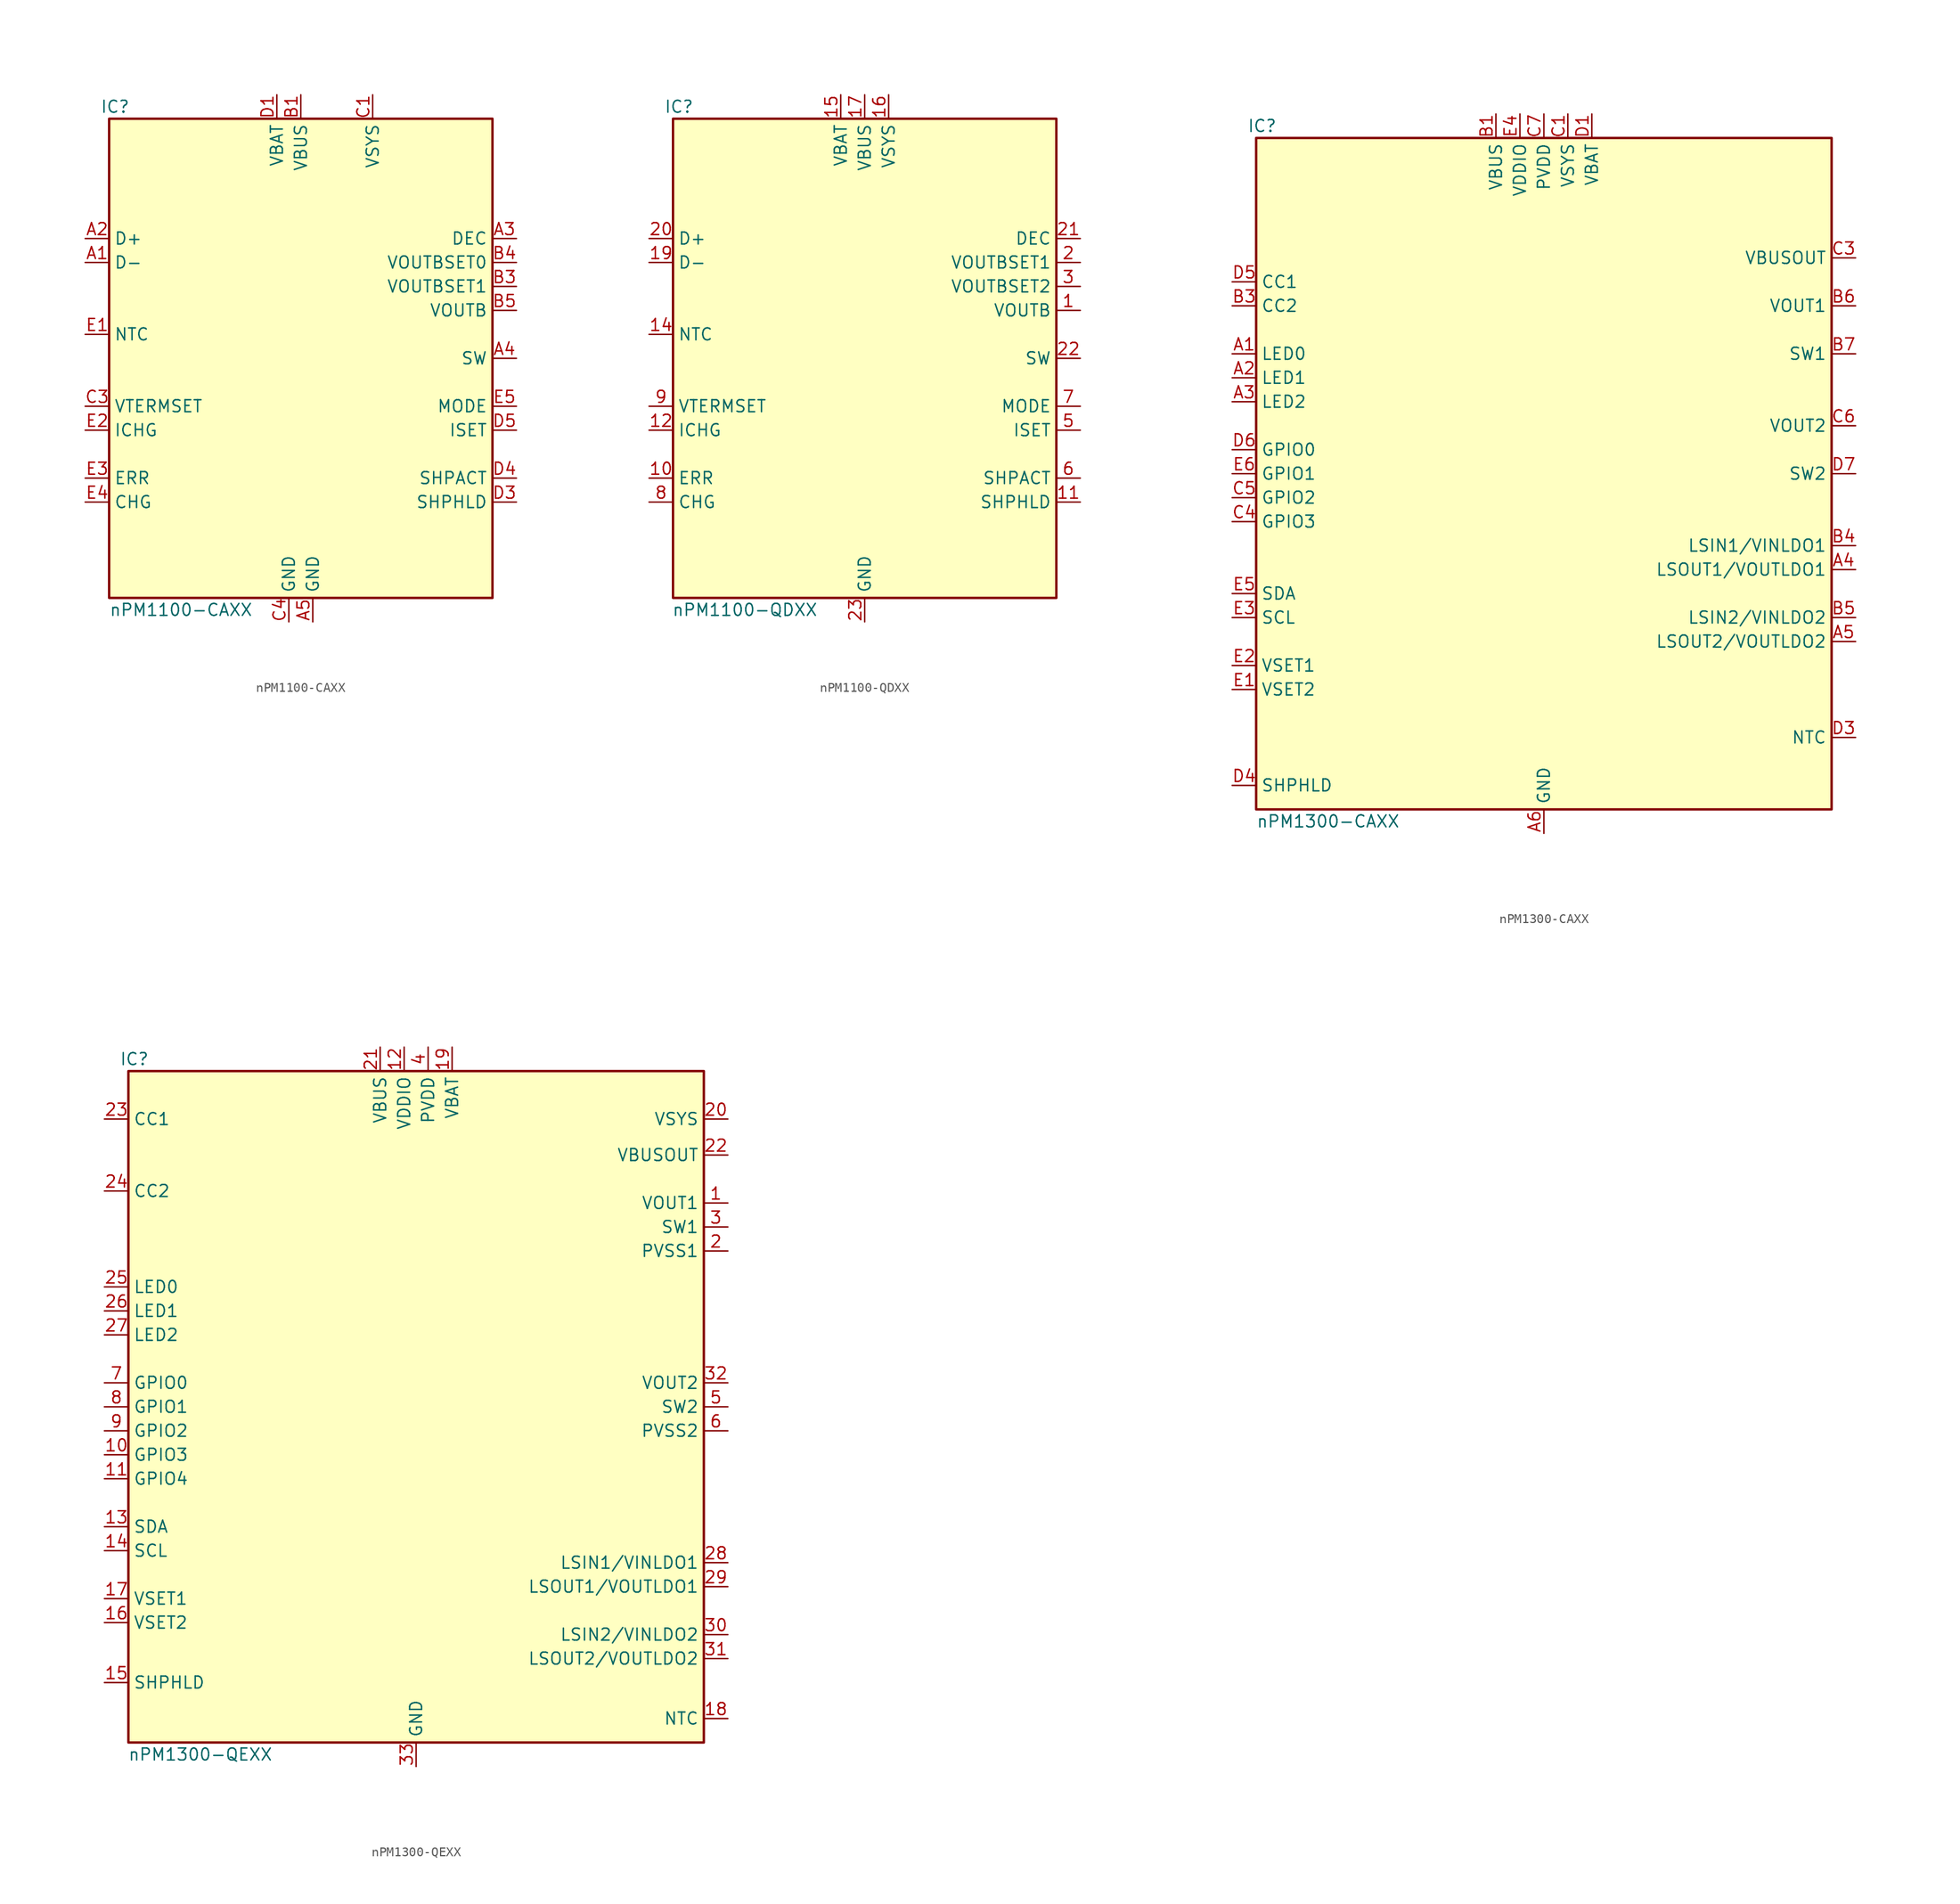
<source format=kicad_sym>
(kicad_symbol_lib
  (version 20231120)
  (generator "kicad_symbol_editor")
  (generator_version "8.0")
  (symbol "nPM1100-CAXX"
    (property "Reference" "IC"
      (at -19.685 26.67 0)
      (do_not_autoplace)
      (effects (font (size 1.27 1.27))))
    (property "Value" "nPM1100-CAXX"
      (at -12.7 -26.67 0)
      (do_not_autoplace)
      (effects (font (size 1.27 1.27))))
    (symbol "nPM1100-CAXX_0_0"
      (pin unspecified line (at -22.86 10.16 0) (length 2.54) (name "D-" (effects (font (size 1.27 1.27)))) (number "A1" (effects (font (size 1.27 1.27)))))
      (pin unspecified line (at -22.86 12.7 0) (length 2.54) (name "D+" (effects (font (size 1.27 1.27)))) (number "A2" (effects (font (size 1.27 1.27)))))
      (pin unspecified line (at 22.86 12.7 180) (length 2.54) (name "DEC" (effects (font (size 1.27 1.27)))) (number "A3" (effects (font (size 1.27 1.27)))))
      (pin unspecified line (at 22.86 0 180) (length 2.54) (name "SW" (effects (font (size 1.27 1.27)))) (number "A4" (effects (font (size 1.27 1.27)))))
      (pin unspecified line (at 0 27.94 270) (length 2.54) (name "VBUS" (effects (font (size 1.27 1.27)))) (number "B1" (effects (font (size 1.27 1.27)))))
      (pin unspecified line (at 22.86 7.62 180) (length 2.54) (name "VOUTBSET1" (effects (font (size 1.27 1.27)))) (number "B3" (effects (font (size 1.27 1.27)))))
      (pin unspecified line (at 22.86 10.16 180) (length 2.54) (name "VOUTBSET0" (effects (font (size 1.27 1.27)))) (number "B4" (effects (font (size 1.27 1.27)))))
      (pin unspecified line (at 22.86 5.08 180) (length 2.54) (name "VOUTB" (effects (font (size 1.27 1.27)))) (number "B5" (effects (font (size 1.27 1.27)))))
      (pin unspecified line (at 7.62 27.94 270) (length 2.54) (name "VSYS" (effects (font (size 1.27 1.27)))) (number "C1" (effects (font (size 1.27 1.27)))))
      (pin unspecified line (at -22.86 -5.08 0) (length 2.54) (name "VTERMSET" (effects (font (size 1.27 1.27)))) (number "C3" (effects (font (size 1.27 1.27)))))
      (pin unspecified line (at -2.54 27.94 270) (length 2.54) (name "VBAT" (effects (font (size 1.27 1.27)))) (number "D1" (effects (font (size 1.27 1.27)))))
      (pin unspecified line (at 22.86 -15.24 180) (length 2.54) (name "SHPHLD" (effects (font (size 1.27 1.27)))) (number "D3" (effects (font (size 1.27 1.27)))))
      (pin unspecified line (at 22.86 -12.7 180) (length 2.54) (name "SHPACT" (effects (font (size 1.27 1.27)))) (number "D4" (effects (font (size 1.27 1.27)))))
      (pin unspecified line (at 22.86 -7.62 180) (length 2.54) (name "ISET" (effects (font (size 1.27 1.27)))) (number "D5" (effects (font (size 1.27 1.27)))))
      (pin unspecified line (at -22.86 2.54 0) (length 2.54) (name "NTC" (effects (font (size 1.27 1.27)))) (number "E1" (effects (font (size 1.27 1.27)))))
      (pin unspecified line (at -22.86 -7.62 0) (length 2.54) (name "ICHG" (effects (font (size 1.27 1.27)))) (number "E2" (effects (font (size 1.27 1.27)))))
      (pin unspecified line (at -22.86 -12.7 0) (length 2.54) (name "ERR" (effects (font (size 1.27 1.27)))) (number "E3" (effects (font (size 1.27 1.27)))))
      (pin unspecified line (at -22.86 -15.24 0) (length 2.54) (name "CHG" (effects (font (size 1.27 1.27)))) (number "E4" (effects (font (size 1.27 1.27)))))
      (pin unspecified line (at 22.86 -5.08 180) (length 2.54) (name "MODE" (effects (font (size 1.27 1.27)))) (number "E5" (effects (font (size 1.27 1.27))))))
    (symbol "nPM1100-CAXX_1_0"
      (pin unspecified line (at 1.27 -27.94 90) (length 2.54) (name "GND" (effects (font (size 1.27 1.27)))) (number "A5" (effects (font (size 1.27 1.27)))))
      (pin unspecified line (at 0 27.94 270) (length 2.54) hide (name "VBUS" (effects (font (size 1.27 1.27)))) (number "B2" (effects (font (size 1.27 1.27)))))
      (pin unspecified line (at 2.54 27.94 270) (length 2.54) hide (name "VSYS" (effects (font (size 1.27 1.27)))) (number "C2" (effects (font (size 1.27 1.27)))))
      (pin unspecified line (at -1.27 -27.94 90) (length 2.54) (name "GND" (effects (font (size 1.27 1.27)))) (number "C4" (effects (font (size 1.27 1.27)))))
      (pin unspecified line (at -1.27 -27.94 90) (length 2.54) hide (name "GND" (effects (font (size 1.27 1.27)))) (number "C5" (effects (font (size 1.27 1.27)))))
      (pin unspecified line (at -7.62 27.94 270) (length 2.54) hide (name "VBAT" (effects (font (size 1.27 1.27)))) (number "D2" (effects (font (size 1.27 1.27))))))
    (symbol "nPM1100-CAXX_1_1"
      (rectangle (start -20.32 25.4) (end 20.32 -25.4) (stroke (width 0.254) (type default)) (fill (type background)))))
  (symbol "nPM1100-QDXX"
    (property "Reference" "IC"
      (at -19.685 26.67 0)
      (do_not_autoplace)
      (effects (font (size 1.27 1.27))))
    (property "Value" "nPM1100-QDXX"
      (at -12.7 -26.67 0)
      (do_not_autoplace)
      (effects (font (size 1.27 1.27))))
    (symbol "nPM1100-QDXX_0_0"
      (pin unspecified line (at 22.86 5.08 180) (length 2.54) (name "VOUTB" (effects (font (size 1.27 1.27)))) (number "1" (effects (font (size 1.27 1.27)))))
      (pin unspecified line (at -22.86 -12.7 0) (length 2.54) (name "ERR" (effects (font (size 1.27 1.27)))) (number "10" (effects (font (size 1.27 1.27)))))
      (pin unspecified line (at 22.86 -15.24 180) (length 2.54) (name "SHPHLD" (effects (font (size 1.27 1.27)))) (number "11" (effects (font (size 1.27 1.27)))))
      (pin unspecified line (at -22.86 -7.62 0) (length 2.54) (name "ICHG" (effects (font (size 1.27 1.27)))) (number "12" (effects (font (size 1.27 1.27)))))
      (pin unspecified line (at -22.86 2.54 0) (length 2.54) (name "NTC" (effects (font (size 1.27 1.27)))) (number "14" (effects (font (size 1.27 1.27)))))
      (pin unspecified line (at -2.54 27.94 270) (length 2.54) (name "VBAT" (effects (font (size 1.27 1.27)))) (number "15" (effects (font (size 1.27 1.27)))))
      (pin unspecified line (at 2.54 27.94 270) (length 2.54) (name "VSYS" (effects (font (size 1.27 1.27)))) (number "16" (effects (font (size 1.27 1.27)))))
      (pin unspecified line (at 0 27.94 270) (length 2.54) (name "VBUS" (effects (font (size 1.27 1.27)))) (number "17" (effects (font (size 1.27 1.27)))))
      (pin unspecified line (at -22.86 10.16 0) (length 2.54) (name "D-" (effects (font (size 1.27 1.27)))) (number "19" (effects (font (size 1.27 1.27)))))
      (pin unspecified line (at 22.86 10.16 180) (length 2.54) (name "VOUTBSET1" (effects (font (size 1.27 1.27)))) (number "2" (effects (font (size 1.27 1.27)))))
      (pin unspecified line (at -22.86 12.7 0) (length 2.54) (name "D+" (effects (font (size 1.27 1.27)))) (number "20" (effects (font (size 1.27 1.27)))))
      (pin unspecified line (at 22.86 12.7 180) (length 2.54) (name "DEC" (effects (font (size 1.27 1.27)))) (number "21" (effects (font (size 1.27 1.27)))))
      (pin unspecified line (at 22.86 0 180) (length 2.54) (name "SW" (effects (font (size 1.27 1.27)))) (number "22" (effects (font (size 1.27 1.27)))))
      (pin unspecified line (at 22.86 7.62 180) (length 2.54) (name "VOUTBSET2" (effects (font (size 1.27 1.27)))) (number "3" (effects (font (size 1.27 1.27)))))
      (pin unspecified line (at 22.86 -7.62 180) (length 2.54) (name "ISET" (effects (font (size 1.27 1.27)))) (number "5" (effects (font (size 1.27 1.27)))))
      (pin unspecified line (at 22.86 -12.7 180) (length 2.54) (name "SHPACT" (effects (font (size 1.27 1.27)))) (number "6" (effects (font (size 1.27 1.27)))))
      (pin unspecified line (at 22.86 -5.08 180) (length 2.54) (name "MODE" (effects (font (size 1.27 1.27)))) (number "7" (effects (font (size 1.27 1.27)))))
      (pin unspecified line (at -22.86 -15.24 0) (length 2.54) (name "CHG" (effects (font (size 1.27 1.27)))) (number "8" (effects (font (size 1.27 1.27)))))
      (pin unspecified line (at -22.86 -5.08 0) (length 2.54) (name "VTERMSET" (effects (font (size 1.27 1.27)))) (number "9" (effects (font (size 1.27 1.27))))))
    (symbol "nPM1100-QDXX_1_0"
      (pin unspecified line (at 0 -27.94 90) (length 2.54) (name "GND" (effects (font (size 1.27 1.27)))) (number "23" (effects (font (size 1.27 1.27)))))
      (pin unspecified line (at 0 -27.94 90) (length 2.54) hide (name "EP" (effects (font (size 1.27 1.27)))) (number "25" (effects (font (size 1.27 1.27))))))
    (symbol "nPM1100-QDXX_1_1"
      (rectangle (start -20.32 25.4) (end 20.32 -25.4) (stroke (width 0.254) (type default)) (fill (type background)))))
  (symbol "nPM1300-CAXX"
    (property "Reference" "IC"
      (at -29.845 36.83 0)
      (do_not_autoplace)
      (effects (font (size 1.27 1.27))))
    (property "Value" "nPM1300-CAXX"
      (at -22.86 -36.83 0)
      (do_not_autoplace)
      (effects (font (size 1.27 1.27))))
    (symbol "nPM1300-CAXX_0_0"
      (pin unspecified line (at -33.02 12.7 0) (length 2.54) (name "LED0" (effects (font (size 1.27 1.27)))) (number "A1" (effects (font (size 1.27 1.27)))))
      (pin unspecified line (at -33.02 10.16 0) (length 2.54) (name "LED1" (effects (font (size 1.27 1.27)))) (number "A2" (effects (font (size 1.27 1.27)))))
      (pin unspecified line (at -33.02 7.62 0) (length 2.54) (name "LED2" (effects (font (size 1.27 1.27)))) (number "A3" (effects (font (size 1.27 1.27)))))
      (pin unspecified line (at 33.02 -10.16 180) (length 2.54) (name "LSOUT1/VOUTLDO1" (effects (font (size 1.27 1.27)))) (number "A4" (effects (font (size 1.27 1.27)))))
      (pin unspecified line (at 33.02 -17.78 180) (length 2.54) (name "LSOUT2/VOUTLDO2" (effects (font (size 1.27 1.27)))) (number "A5" (effects (font (size 1.27 1.27)))))
      (pin unspecified line (at -5.08 38.1 270) (length 2.54) (name "VBUS" (effects (font (size 1.27 1.27)))) (number "B1" (effects (font (size 1.27 1.27)))))
      (pin unspecified line (at -33.02 17.78 0) (length 2.54) (name "CC2" (effects (font (size 1.27 1.27)))) (number "B3" (effects (font (size 1.27 1.27)))))
      (pin unspecified line (at 33.02 -7.62 180) (length 2.54) (name "LSIN1/VINLDO1" (effects (font (size 1.27 1.27)))) (number "B4" (effects (font (size 1.27 1.27)))))
      (pin unspecified line (at 33.02 -15.24 180) (length 2.54) (name "LSIN2/VINLDO2" (effects (font (size 1.27 1.27)))) (number "B5" (effects (font (size 1.27 1.27)))))
      (pin unspecified line (at 33.02 17.78 180) (length 2.54) (name "VOUT1" (effects (font (size 1.27 1.27)))) (number "B6" (effects (font (size 1.27 1.27)))))
      (pin unspecified line (at 33.02 12.7 180) (length 2.54) (name "SW1" (effects (font (size 1.27 1.27)))) (number "B7" (effects (font (size 1.27 1.27)))))
      (pin unspecified line (at 2.54 38.1 270) (length 2.54) (name "VSYS" (effects (font (size 1.27 1.27)))) (number "C1" (effects (font (size 1.27 1.27)))))
      (pin unspecified line (at 33.02 22.86 180) (length 2.54) (name "VBUSOUT" (effects (font (size 1.27 1.27)))) (number "C3" (effects (font (size 1.27 1.27)))))
      (pin unspecified line (at -33.02 -5.08 0) (length 2.54) (name "GPIO3" (effects (font (size 1.27 1.27)))) (number "C4" (effects (font (size 1.27 1.27)))))
      (pin unspecified line (at -33.02 -2.54 0) (length 2.54) (name "GPIO2" (effects (font (size 1.27 1.27)))) (number "C5" (effects (font (size 1.27 1.27)))))
      (pin unspecified line (at 33.02 5.08 180) (length 2.54) (name "VOUT2" (effects (font (size 1.27 1.27)))) (number "C6" (effects (font (size 1.27 1.27)))))
      (pin unspecified line (at 0 38.1 270) (length 2.54) (name "PVDD" (effects (font (size 1.27 1.27)))) (number "C7" (effects (font (size 1.27 1.27)))))
      (pin unspecified line (at 5.08 38.1 270) (length 2.54) (name "VBAT" (effects (font (size 1.27 1.27)))) (number "D1" (effects (font (size 1.27 1.27)))))
      (pin unspecified line (at 33.02 -27.94 180) (length 2.54) (name "NTC" (effects (font (size 1.27 1.27)))) (number "D3" (effects (font (size 1.27 1.27)))))
      (pin unspecified line (at -33.02 -33.02 0) (length 2.54) (name "SHPHLD" (effects (font (size 1.27 1.27)))) (number "D4" (effects (font (size 1.27 1.27)))))
      (pin unspecified line (at -33.02 20.32 0) (length 2.54) (name "CC1" (effects (font (size 1.27 1.27)))) (number "D5" (effects (font (size 1.27 1.27)))))
      (pin unspecified line (at -33.02 2.54 0) (length 2.54) (name "GPIO0" (effects (font (size 1.27 1.27)))) (number "D6" (effects (font (size 1.27 1.27)))))
      (pin unspecified line (at 33.02 0 180) (length 2.54) (name "SW2" (effects (font (size 1.27 1.27)))) (number "D7" (effects (font (size 1.27 1.27)))))
      (pin unspecified line (at -33.02 -22.86 0) (length 2.54) (name "VSET2" (effects (font (size 1.27 1.27)))) (number "E1" (effects (font (size 1.27 1.27)))))
      (pin unspecified line (at -33.02 -20.32 0) (length 2.54) (name "VSET1" (effects (font (size 1.27 1.27)))) (number "E2" (effects (font (size 1.27 1.27)))))
      (pin unspecified line (at -33.02 -15.24 0) (length 2.54) (name "SCL" (effects (font (size 1.27 1.27)))) (number "E3" (effects (font (size 1.27 1.27)))))
      (pin unspecified line (at -2.54 38.1 270) (length 2.54) (name "VDDIO" (effects (font (size 1.27 1.27)))) (number "E4" (effects (font (size 1.27 1.27)))))
      (pin unspecified line (at -33.02 -12.7 0) (length 2.54) (name "SDA" (effects (font (size 1.27 1.27)))) (number "E5" (effects (font (size 1.27 1.27)))))
      (pin unspecified line (at -33.02 0 0) (length 2.54) (name "GPIO1" (effects (font (size 1.27 1.27)))) (number "E6" (effects (font (size 1.27 1.27))))))
    (symbol "nPM1300-CAXX_1_0"
      (pin unspecified line (at 0 -38.1 90) (length 2.54) (name "GND" (effects (font (size 1.27 1.27)))) (number "A6" (effects (font (size 1.27 1.27)))))
      (pin unspecified line (at 0 -38.1 90) (length 2.54) hide (name "GND" (effects (font (size 1.27 1.27)))) (number "A7" (effects (font (size 1.27 1.27)))))
      (pin unspecified line (at -33.02 22.86 0) (length 2.54) hide (name "VBUS" (effects (font (size 1.27 1.27)))) (number "B2" (effects (font (size 1.27 1.27)))))
      (pin unspecified line (at 2.54 38.1 270) (length 2.54) hide (name "VSYS" (effects (font (size 1.27 1.27)))) (number "C2" (effects (font (size 1.27 1.27)))))
      (pin unspecified line (at 5.08 38.1 270) (length 2.54) hide (name "VBAT" (effects (font (size 1.27 1.27)))) (number "D2" (effects (font (size 1.27 1.27)))))
      (pin unspecified line (at 0 -38.1 90) (length 2.54) hide (name "GND" (effects (font (size 1.27 1.27)))) (number "E7" (effects (font (size 1.27 1.27))))))
    (symbol "nPM1300-CAXX_1_1"
      (rectangle (start -30.48 35.56) (end 30.48 -35.56) (stroke (width 0.254) (type default)) (fill (type background)))))
  (symbol "nPM1300-QEXX"
    (property "Reference" "IC"
      (at -29.845 36.83 0)
      (do_not_autoplace)
      (effects (font (size 1.27 1.27))))
    (property "Value" "nPM1300-QEXX"
      (at -22.86 -36.83 0)
      (do_not_autoplace)
      (effects (font (size 1.27 1.27))))
    (symbol "nPM1300-QEXX_1_0"
      (pin power_out line (at 33.02 21.59 180) (length 2.54) (name "VOUT1" (effects (font (size 1.27 1.27)))) (number "1" (effects (font (size 1.27 1.27)))))
      (pin bidirectional line (at -33.02 -5.08 0) (length 2.54) (name "GPIO3" (effects (font (size 1.27 1.27)))) (number "10" (effects (font (size 1.27 1.27)))))
      (pin bidirectional line (at -33.02 -7.62 0) (length 2.54) (name "GPIO4" (effects (font (size 1.27 1.27)))) (number "11" (effects (font (size 1.27 1.27)))))
      (pin power_in line (at -1.27 38.1 270) (length 2.54) (name "VDDIO" (effects (font (size 1.27 1.27)))) (number "12" (effects (font (size 1.27 1.27)))))
      (pin bidirectional line (at -33.02 -12.7 0) (length 2.54) (name "SDA" (effects (font (size 1.27 1.27)))) (number "13" (effects (font (size 1.27 1.27)))))
      (pin input line (at -33.02 -15.24 0) (length 2.54) (name "SCL" (effects (font (size 1.27 1.27)))) (number "14" (effects (font (size 1.27 1.27)))))
      (pin input line (at -33.02 -29.21 0) (length 2.54) (name "SHPHLD" (effects (font (size 1.27 1.27)))) (number "15" (effects (font (size 1.27 1.27)))))
      (pin input line (at -33.02 -22.86 0) (length 2.54) (name "VSET2" (effects (font (size 1.27 1.27)))) (number "16" (effects (font (size 1.27 1.27)))))
      (pin input line (at -33.02 -20.32 0) (length 2.54) (name "VSET1" (effects (font (size 1.27 1.27)))) (number "17" (effects (font (size 1.27 1.27)))))
      (pin input line (at 33.02 -33.02 180) (length 2.54) (name "NTC" (effects (font (size 1.27 1.27)))) (number "18" (effects (font (size 1.27 1.27)))))
      (pin power_in line (at 3.81 38.1 270) (length 2.54) (name "VBAT" (effects (font (size 1.27 1.27)))) (number "19" (effects (font (size 1.27 1.27)))))
      (pin input line (at 33.02 16.51 180) (length 2.54) (name "PVSS1" (effects (font (size 1.27 1.27)))) (number "2" (effects (font (size 1.27 1.27)))))
      (pin power_out line (at 33.02 30.48 180) (length 2.54) (name "VSYS" (effects (font (size 1.27 1.27)))) (number "20" (effects (font (size 1.27 1.27)))))
      (pin power_in line (at -3.81 38.1 270) (length 2.54) (name "VBUS" (effects (font (size 1.27 1.27)))) (number "21" (effects (font (size 1.27 1.27)))))
      (pin power_out line (at 33.02 26.67 180) (length 2.54) (name "VBUSOUT" (effects (font (size 1.27 1.27)))) (number "22" (effects (font (size 1.27 1.27)))))
      (pin input line (at -33.02 30.48 0) (length 2.54) (name "CC1" (effects (font (size 1.27 1.27)))) (number "23" (effects (font (size 1.27 1.27)))))
      (pin input line (at -33.02 22.86 0) (length 2.54) (name "CC2" (effects (font (size 1.27 1.27)))) (number "24" (effects (font (size 1.27 1.27)))))
      (pin output line (at -33.02 12.7 0) (length 2.54) (name "LED0" (effects (font (size 1.27 1.27)))) (number "25" (effects (font (size 1.27 1.27)))))
      (pin output line (at -33.02 10.16 0) (length 2.54) (name "LED1" (effects (font (size 1.27 1.27)))) (number "26" (effects (font (size 1.27 1.27)))))
      (pin output line (at -33.02 7.62 0) (length 2.54) (name "LED2" (effects (font (size 1.27 1.27)))) (number "27" (effects (font (size 1.27 1.27)))))
      (pin bidirectional line (at 33.02 -16.51 180) (length 2.54) (name "LSIN1/VINLDO1" (effects (font (size 1.27 1.27)))) (number "28" (effects (font (size 1.27 1.27)))))
      (pin bidirectional line (at 33.02 -19.05 180) (length 2.54) (name "LSOUT1/VOUTLDO1" (effects (font (size 1.27 1.27)))) (number "29" (effects (font (size 1.27 1.27)))))
      (pin input line (at 33.02 19.05 180) (length 2.54) (name "SW1" (effects (font (size 1.27 1.27)))) (number "3" (effects (font (size 1.27 1.27)))))
      (pin bidirectional line (at 33.02 -24.13 180) (length 2.54) (name "LSIN2/VINLDO2" (effects (font (size 1.27 1.27)))) (number "30" (effects (font (size 1.27 1.27)))))
      (pin bidirectional line (at 33.02 -26.67 180) (length 2.54) (name "LSOUT2/VOUTLDO2" (effects (font (size 1.27 1.27)))) (number "31" (effects (font (size 1.27 1.27)))))
      (pin power_out line (at 33.02 2.54 180) (length 2.54) (name "VOUT2" (effects (font (size 1.27 1.27)))) (number "32" (effects (font (size 1.27 1.27)))))
      (pin passive line (at 0 -38.1 90) (length 2.54) (name "GND" (effects (font (size 1.27 1.27)))) (number "33" (effects (font (size 1.27 1.27)))))
      (pin power_in line (at 1.27 38.1 270) (length 2.54) (name "PVDD" (effects (font (size 1.27 1.27)))) (number "4" (effects (font (size 1.27 1.27)))))
      (pin input line (at 33.02 0 180) (length 2.54) (name "SW2" (effects (font (size 1.27 1.27)))) (number "5" (effects (font (size 1.27 1.27)))))
      (pin input line (at 33.02 -2.54 180) (length 2.54) (name "PVSS2" (effects (font (size 1.27 1.27)))) (number "6" (effects (font (size 1.27 1.27)))))
      (pin bidirectional line (at -33.02 2.54 0) (length 2.54) (name "GPIO0" (effects (font (size 1.27 1.27)))) (number "7" (effects (font (size 1.27 1.27)))))
      (pin bidirectional line (at -33.02 0 0) (length 2.54) (name "GPIO1" (effects (font (size 1.27 1.27)))) (number "8" (effects (font (size 1.27 1.27)))))
      (pin bidirectional line (at -33.02 -2.54 0) (length 2.54) (name "GPIO2" (effects (font (size 1.27 1.27)))) (number "9" (effects (font (size 1.27 1.27))))))
    (symbol "nPM1300-QEXX_1_1"
      (rectangle (start -30.48 35.56) (end 30.48 -35.56) (stroke (width 0.254) (type default)) (fill (type background))))))
</source>
